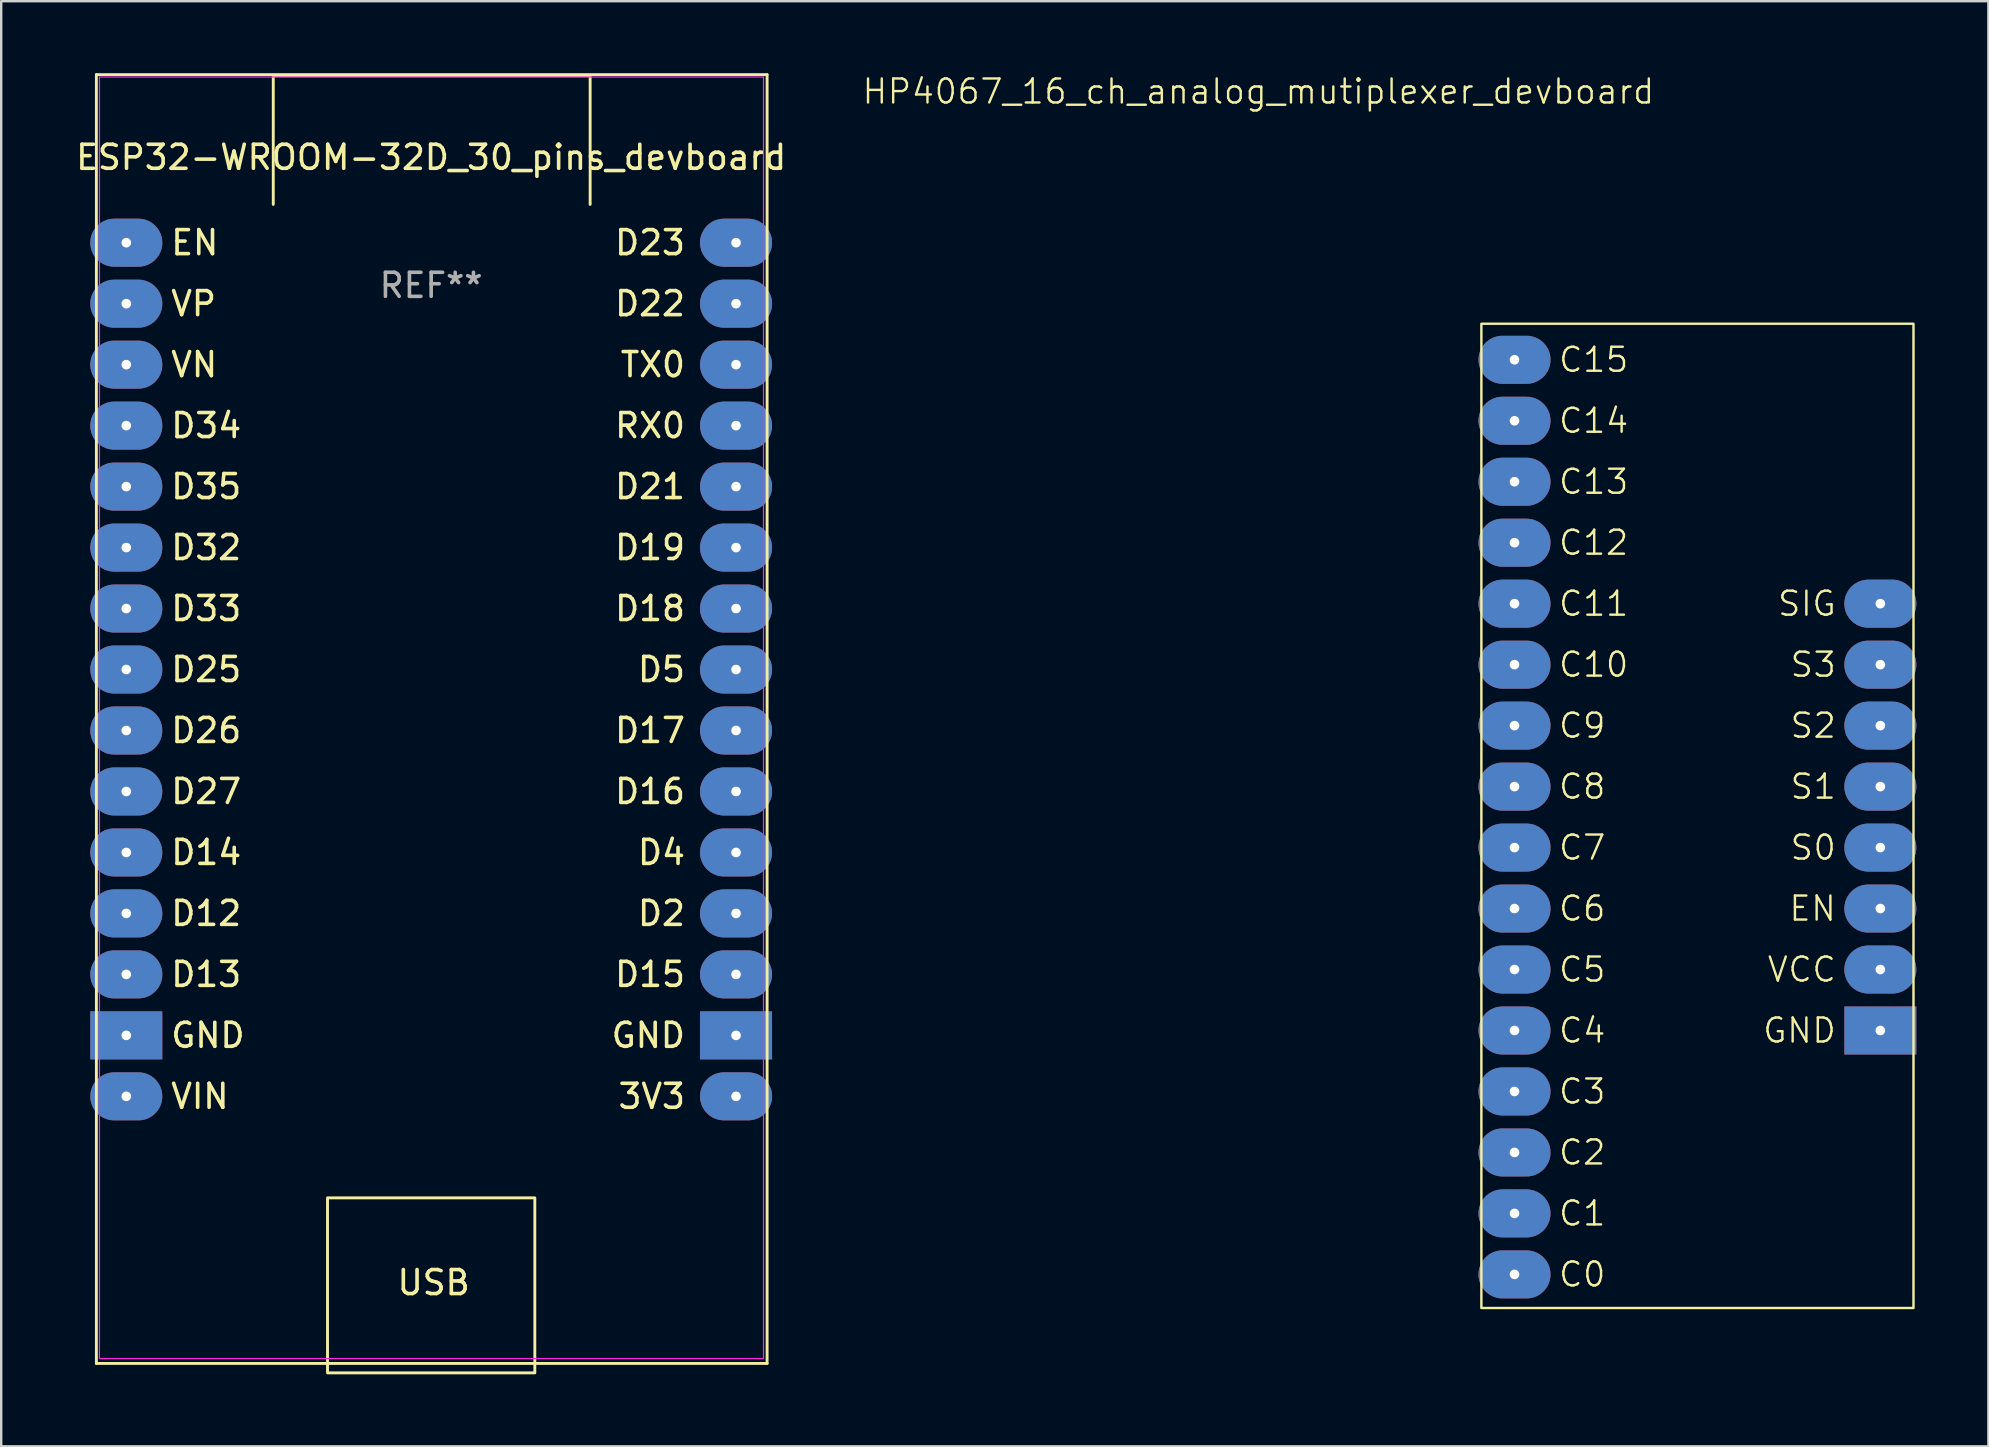
<source format=kicad_pcb>
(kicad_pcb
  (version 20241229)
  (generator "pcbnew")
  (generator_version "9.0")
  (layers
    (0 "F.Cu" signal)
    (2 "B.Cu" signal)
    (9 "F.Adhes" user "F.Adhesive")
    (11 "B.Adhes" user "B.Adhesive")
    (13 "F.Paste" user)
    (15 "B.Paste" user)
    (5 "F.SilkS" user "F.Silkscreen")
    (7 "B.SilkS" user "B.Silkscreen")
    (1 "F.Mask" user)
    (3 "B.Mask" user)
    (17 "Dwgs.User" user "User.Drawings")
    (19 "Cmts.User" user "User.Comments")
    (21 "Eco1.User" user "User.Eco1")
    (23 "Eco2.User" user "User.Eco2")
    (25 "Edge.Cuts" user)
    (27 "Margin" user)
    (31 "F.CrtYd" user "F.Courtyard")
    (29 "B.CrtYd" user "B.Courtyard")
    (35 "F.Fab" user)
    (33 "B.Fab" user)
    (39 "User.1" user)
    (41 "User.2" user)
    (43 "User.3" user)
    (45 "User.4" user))
  (footprint "HP4067_16_ch_analog_mutiplexer_devboard"
    (layer "F.Cu")
    (at 60.039 11.937)
    (property "Reference" "HP4067_16_ch_analog_mutiplexer_devboard" (at -10.668 -11.176 0) (unlocked yes) (layer "F.SilkS") (effects (font (size 1 1) (thickness 0.1))))
    (attr through_hole)
    (fp_rect (start -1.38 -1.5) (end 16.62 39.5) (stroke (width 0.1) (type default)) (fill no) (layer "F.SilkS"))
    (fp_text user "C1" (at 1.778 35.56 0) (unlocked yes) (layer "F.SilkS") (effects (font (size 1 1) (thickness 0.1)) (justify left)))
    (fp_text user "C10" (at 1.778 12.7 0) (unlocked yes) (layer "F.SilkS") (effects (font (size 1 1) (thickness 0.1)) (justify left)))
    (fp_text user "C14" (at 1.778 2.54 0) (unlocked yes) (layer "F.SilkS") (effects (font (size 1 1) (thickness 0.1)) (justify left)))
    (fp_text user "C6" (at 1.778 22.86 0) (unlocked yes) (layer "F.SilkS") (effects (font (size 1 1) (thickness 0.1)) (justify left)))
    (fp_text user "C15" (at 1.778 0 0) (unlocked yes) (layer "F.SilkS") (effects (font (size 1 1) (thickness 0.1)) (justify left)))
    (fp_text user "C5" (at 1.778 25.4 0) (unlocked yes) (layer "F.SilkS") (effects (font (size 1 1) (thickness 0.1)) (justify left)))
    (fp_text user "C2" (at 1.778 33.02 0) (unlocked yes) (layer "F.SilkS") (effects (font (size 1 1) (thickness 0.1)) (justify left)))
    (fp_text user "S2" (at 13.462 15.24 0) (unlocked yes) (layer "F.SilkS") (effects (font (size 1 1) (thickness 0.1)) (justify right)))
    (fp_text user "S0" (at 13.462 20.32 0) (unlocked yes) (layer "F.SilkS") (effects (font (size 1 1) (thickness 0.1)) (justify right)))
    (fp_text user "C3" (at 1.778 30.48 0) (unlocked yes) (layer "F.SilkS") (effects (font (size 1 1) (thickness 0.1)) (justify left)))
    (fp_text user "SIG" (at 13.462 10.16 0) (unlocked yes) (layer "F.SilkS") (effects (font (size 1 1) (thickness 0.1)) (justify right)))
    (fp_text user "C13" (at 1.778 5.08 0) (unlocked yes) (layer "F.SilkS") (effects (font (size 1 1) (thickness 0.1)) (justify left)))
    (fp_text user "S3" (at 13.462 12.7 0) (unlocked yes) (layer "F.SilkS") (effects (font (size 1 1) (thickness 0.1)) (justify right)))
    (fp_text user "C11" (at 1.778 10.16 0) (unlocked yes) (layer "F.SilkS") (effects (font (size 1 1) (thickness 0.1)) (justify left)))
    (fp_text user "S1" (at 13.462 17.78 0) (unlocked yes) (layer "F.SilkS") (effects (font (size 1 1) (thickness 0.1)) (justify right)))
    (fp_text user "C8" (at 1.778 17.78 0) (unlocked yes) (layer "F.SilkS") (effects (font (size 1 1) (thickness 0.1)) (justify left)))
    (fp_text user "C9" (at 1.778 15.24 0) (unlocked yes) (layer "F.SilkS") (effects (font (size 1 1) (thickness 0.1)) (justify left)))
    (fp_text user "C12" (at 1.778 7.62 0) (unlocked yes) (layer "F.SilkS") (effects (font (size 1 1) (thickness 0.1)) (justify left)))
    (fp_text user "GND" (at 13.462 27.94 0) (unlocked yes) (layer "F.SilkS") (effects (font (size 1 1) (thickness 0.1)) (justify right)))
    (fp_text user "C0" (at 1.778 38.1 0) (unlocked yes) (layer "F.SilkS") (effects (font (size 1 1) (thickness 0.1)) (justify left)))
    (fp_text user "EN" (at 13.462 22.86 0) (unlocked yes) (layer "F.SilkS") (effects (font (size 1 1) (thickness 0.1)) (justify right)))
    (fp_text user "C7" (at 1.778 20.32 0) (unlocked yes) (layer "F.SilkS") (effects (font (size 1 1) (thickness 0.1)) (justify left)))
    (fp_text user "VCC" (at 13.462 25.4 0) (unlocked yes) (layer "F.SilkS") (effects (font (size 1 1) (thickness 0.1)) (justify right)))
    (fp_text user "C4" (at 1.778 27.94 0) (unlocked yes) (layer "F.SilkS") (effects (font (size 1 1) (thickness 0.1)) (justify left)))
    (pad "0" thru_hole oval (at 0 0 270) (size 2 3) (drill 0.4) (layers "*.Cu" "*.Mask"))
    (pad "1" thru_hole oval (at 0 2.54 270) (size 2 3) (drill 0.4) (layers "*.Cu" "*.Mask"))
    (pad "2" thru_hole oval (at 0 5.08 270) (size 2 3) (drill 0.4) (layers "*.Cu" "*.Mask"))
    (pad "3" thru_hole oval (at 0 7.62 270) (size 2 3) (drill 0.4) (layers "*.Cu" "*.Mask"))
    (pad "4" thru_hole oval (at 0 10.16 270) (size 2 3) (drill 0.4) (layers "*.Cu" "*.Mask"))
    (pad "5" thru_hole oval (at 0 12.7 270) (size 2 3) (drill 0.4) (layers "*.Cu" "*.Mask"))
    (pad "6" thru_hole oval (at 0 15.24 270) (size 2 3) (drill 0.4) (layers "*.Cu" "*.Mask"))
    (pad "7" thru_hole oval (at 0 17.78 270) (size 2 3) (drill 0.4) (layers "*.Cu" "*.Mask"))
    (pad "8" thru_hole oval (at 0 20.32 270) (size 2 3) (drill 0.4) (layers "*.Cu" "*.Mask"))
    (pad "9" thru_hole oval (at 0 22.86 270) (size 2 3) (drill 0.4) (layers "*.Cu" "*.Mask"))
    (pad "10" thru_hole oval (at 0 25.4 270) (size 2 3) (drill 0.4) (layers "*.Cu" "*.Mask"))
    (pad "11" thru_hole oval (at 0 27.94 270) (size 2 3) (drill 0.4) (layers "*.Cu" "*.Mask"))
    (pad "12" thru_hole oval (at 0 30.48 270) (size 2 3) (drill 0.4) (layers "*.Cu" "*.Mask"))
    (pad "13" thru_hole oval (at 0 33.02 270) (size 2 3) (drill 0.4) (layers "*.Cu" "*.Mask"))
    (pad "14" thru_hole oval (at 0 35.56 270) (size 2 3) (drill 0.4) (layers "*.Cu" "*.Mask"))
    (pad "15" thru_hole oval (at 0 38.1 270) (size 2 3) (drill 0.4) (layers "*.Cu" "*.Mask"))
    (pad "16" thru_hole oval (at 15.24 10.16 270) (size 2 3) (drill 0.4) (layers "*.Cu" "*.Mask"))
    (pad "17" thru_hole oval (at 15.24 12.7 270) (size 2 3) (drill 0.4) (layers "*.Cu" "*.Mask"))
    (pad "18" thru_hole oval (at 15.24 15.24 270) (size 2 3) (drill 0.4) (layers "*.Cu" "*.Mask"))
    (pad "19" thru_hole oval (at 15.24 17.78 270) (size 2 3) (drill 0.4) (layers "*.Cu" "*.Mask"))
    (pad "20" thru_hole oval (at 15.24 20.32 270) (size 2 3) (drill 0.4) (layers "*.Cu" "*.Mask"))
    (pad "21" thru_hole oval (at 15.24 22.86 270) (size 2 3) (drill 0.4) (layers "*.Cu" "*.Mask"))
    (pad "22" thru_hole oval (at 15.24 25.4 270) (size 2 3) (drill 0.4) (layers "*.Cu" "*.Mask"))
    (pad "23" thru_hole rect (at 15.24 27.94 270) (size 2 3) (drill 0.4) (layers "*.Cu" "*.Mask")))
  (footprint "ESP32-WROOM-32D_30_pins_devboard"
    (layer "F.Cu")
    (at 2.211 7.06)
    (property "Reference" "ESP32-WROOM-32D_30_pins_devboard" (at 12.7 -3.556 0) (layer "F.SilkS") (effects (font (size 1 1) (thickness 0.15))))
    (attr through_hole)
    (fp_line (start -1.246 -7) (end -1.246 46.685) (stroke (width 0.12) (type solid)) (layer "F.SilkS"))
    (fp_line (start -1.246 46.685) (end 26.694 46.685) (stroke (width 0.12) (type solid)) (layer "F.SilkS"))
    (fp_line (start 6.122 -6.965) (end 19.322 -6.965) (stroke (width 0.12) (type solid)) (layer "F.SilkS"))
    (fp_line (start 6.122 -1.595) (end 6.122 -6.965) (stroke (width 0.12) (type solid)) (layer "F.SilkS"))
    (fp_line (start 19.322 -6.965) (end 19.322 -1.595) (stroke (width 0.12) (type solid)) (layer "F.SilkS"))
    (fp_line (start 26.694 -7) (end -1.246 -7) (stroke (width 0.12) (type solid)) (layer "F.SilkS"))
    (fp_line (start 26.694 46.685) (end 26.694 -7) (stroke (width 0.12) (type solid)) (layer "F.SilkS"))
    (fp_rect (start 8.382 39.789) (end 17.018 47.079) (stroke (width 0.12) (type solid)) (fill no) (layer "F.SilkS"))
    (fp_line (start -1.118 -6.9) (end 26.543 -6.9) (stroke (width 0.05) (type default)) (layer "F.CrtYd"))
    (fp_line (start -1.118 46.482) (end -1.118 -6.9) (stroke (width 0.05) (type default)) (layer "F.CrtYd"))
    (fp_line (start 26.543 -6.9) (end 26.543 46.482) (stroke (width 0.05) (type default)) (layer "F.CrtYd"))
    (fp_line (start 26.543 46.482) (end -1.118 46.482) (stroke (width 0.05) (type default)) (layer "F.CrtYd"))
    (fp_text user "D23" (at 23.368 0 0) (unlocked yes) (layer "F.SilkS") (effects (font (size 1 1) (thickness 0.15)) (justify right)))
    (fp_text user "D19" (at 23.368 12.7 0) (unlocked yes) (layer "F.SilkS") (effects (font (size 1 1) (thickness 0.15)) (justify right)))
    (fp_text user "D2" (at 23.368 27.94 0) (unlocked yes) (layer "F.SilkS") (effects (font (size 1 1) (thickness 0.15)) (justify right)))
    (fp_text user "D17" (at 23.368 20.32 0) (unlocked yes) (layer "F.SilkS") (effects (font (size 1 1) (thickness 0.15)) (justify right)))
    (fp_text user "D35" (at 1.778 10.16 0) (unlocked yes) (layer "F.SilkS") (effects (font (size 1 1) (thickness 0.15)) (justify left)))
    (fp_text user "D26" (at 1.778 20.32 0) (unlocked yes) (layer "F.SilkS") (effects (font (size 1 1) (thickness 0.15)) (justify left)))
    (fp_text user "D12" (at 1.778 27.94 0) (unlocked yes) (layer "F.SilkS") (effects (font (size 1 1) (thickness 0.15)) (justify left)))
    (fp_text user "D14" (at 1.778 25.4 0) (unlocked yes) (layer "F.SilkS") (effects (font (size 1 1) (thickness 0.15)) (justify left)))
    (fp_text user "D34" (at 1.778 7.62 0) (unlocked yes) (layer "F.SilkS") (effects (font (size 1 1) (thickness 0.15)) (justify left)))
    (fp_text user "D32" (at 1.778 12.7 0) (unlocked yes) (layer "F.SilkS") (effects (font (size 1 1) (thickness 0.15)) (justify left)))
    (fp_text user "EN" (at 1.778 0 0) (unlocked yes) (layer "F.SilkS") (effects (font (size 1 1) (thickness 0.15)) (justify left)))
    (fp_text user "GND" (at 23.368 33.02 0) (unlocked yes) (layer "F.SilkS") (effects (font (size 1 1) (thickness 0.15)) (justify right)))
    (fp_text user "D25" (at 1.778 17.78 0) (unlocked yes) (layer "F.SilkS") (effects (font (size 1 1) (thickness 0.15)) (justify left)))
    (fp_text user "3V3" (at 23.368 35.56 0) (unlocked yes) (layer "F.SilkS") (effects (font (size 1 1) (thickness 0.15)) (justify right)))
    (fp_text user "VIN" (at 1.778 35.56 0) (unlocked yes) (layer "F.SilkS") (effects (font (size 1 1) (thickness 0.15)) (justify left)))
    (fp_text user "D27" (at 1.778 22.86 0) (unlocked yes) (layer "F.SilkS") (effects (font (size 1 1) (thickness 0.15)) (justify left)))
    (fp_text user "VN" (at 1.778 5.08 0) (unlocked yes) (layer "F.SilkS") (effects (font (size 1 1) (thickness 0.15)) (justify left)))
    (fp_text user "RX0" (at 23.368 7.62 0) (unlocked yes) (layer "F.SilkS") (effects (font (size 1 1) (thickness 0.15)) (justify right)))
    (fp_text user "VP" (at 1.778 2.54 0) (unlocked yes) (layer "F.SilkS") (effects (font (size 1 1) (thickness 0.15)) (justify left)))
    (fp_text user "D21" (at 23.368 10.16 0) (unlocked yes) (layer "F.SilkS") (effects (font (size 1 1) (thickness 0.15)) (justify right)))
    (fp_text user "TX0" (at 23.368 5.08 0) (unlocked yes) (layer "F.SilkS") (effects (font (size 1 1) (thickness 0.15)) (justify right)))
    (fp_text user "USB" (at 12.802 43.904 0) (unlocked yes) (layer "F.SilkS") (effects (font (size 1 1) (thickness 0.15)) (justify bottom)))
    (fp_text user "D15" (at 23.368 30.48 0) (unlocked yes) (layer "F.SilkS") (effects (font (size 1 1) (thickness 0.15)) (justify right)))
    (fp_text user "D18" (at 23.368 15.24 0) (unlocked yes) (layer "F.SilkS") (effects (font (size 1 1) (thickness 0.15)) (justify right)))
    (fp_text user "GND" (at 1.778 33.02 0) (unlocked yes) (layer "F.SilkS") (effects (font (size 1 1) (thickness 0.15)) (justify left)))
    (fp_text user "D16" (at 23.368 22.86 0) (unlocked yes) (layer "F.SilkS") (effects (font (size 1 1) (thickness 0.15)) (justify right)))
    (fp_text user "D4" (at 23.368 25.4 0) (unlocked yes) (layer "F.SilkS") (effects (font (size 1 1) (thickness 0.15)) (justify right)))
    (fp_text user "D33" (at 1.778 15.24 0) (unlocked yes) (layer "F.SilkS") (effects (font (size 1 1) (thickness 0.15)) (justify left)))
    (fp_text user "D22" (at 23.368 2.54 0) (unlocked yes) (layer "F.SilkS") (effects (font (size 1 1) (thickness 0.15)) (justify right)))
    (fp_text user "D5" (at 23.368 17.78 0) (unlocked yes) (layer "F.SilkS") (effects (font (size 1 1) (thickness 0.15)) (justify right)))
    (fp_text user "D13" (at 1.778 30.48 0) (unlocked yes) (layer "F.SilkS") (effects (font (size 1 1) (thickness 0.15)) (justify left)))
    (fp_text user "REF**" (at 12.7 1.778 0) (layer "F.Fab") (effects (font (size 1 1) (thickness 0.15))))
    (pad "1" thru_hole oval (at 0 0 270) (size 2 3) (drill 0.4) (layers "*.Cu" "*.Mask"))
    (pad "2" thru_hole oval (at 0 2.54 270) (size 2 3) (drill 0.4) (layers "*.Cu" "*.Mask"))
    (pad "3" thru_hole oval (at 0 5.08 270) (size 2 3) (drill 0.4) (layers "*.Cu" "*.Mask"))
    (pad "4" thru_hole oval (at 0 7.62 270) (size 2 3) (drill 0.4) (layers "*.Cu" "*.Mask"))
    (pad "5" thru_hole oval (at 0 10.16 270) (size 2 3) (drill 0.4) (layers "*.Cu" "*.Mask"))
    (pad "6" thru_hole oval (at 0 12.7 270) (size 2 3) (drill 0.4) (layers "*.Cu" "*.Mask"))
    (pad "7" thru_hole oval (at 0 15.24 270) (size 2 3) (drill 0.4) (layers "*.Cu" "*.Mask"))
    (pad "8" thru_hole oval (at 0 17.78 270) (size 2 3) (drill 0.4) (layers "*.Cu" "*.Mask"))
    (pad "9" thru_hole oval (at 0 20.32 270) (size 2 3) (drill 0.4) (layers "*.Cu" "*.Mask"))
    (pad "10" thru_hole oval (at 0 22.86 270) (size 2 3) (drill 0.4) (layers "*.Cu" "*.Mask"))
    (pad "11" thru_hole oval (at 0 25.4 270) (size 2 3) (drill 0.4) (layers "*.Cu" "*.Mask"))
    (pad "12" thru_hole oval (at 0 27.94 270) (size 2 3) (drill 0.4) (layers "*.Cu" "*.Mask"))
    (pad "13" thru_hole oval (at 0 30.48 270) (size 2 3) (drill 0.4) (layers "*.Cu" "*.Mask"))
    (pad "14" thru_hole rect (at 0 33.02 270) (size 2 3) (drill 0.4) (layers "*.Cu" "*.Mask"))
    (pad "15" thru_hole oval (at 0 35.56 270) (size 2 3) (drill 0.4) (layers "*.Cu" "*.Mask"))
    (pad "16" thru_hole oval (at 25.4 35.56 270) (size 2 3) (drill 0.4) (layers "*.Cu" "*.Mask"))
    (pad "17" thru_hole rect (at 25.4 33.02 270) (size 2 3) (drill 0.4) (layers "*.Cu" "*.Mask"))
    (pad "18" thru_hole oval (at 25.4 30.48 270) (size 2 3) (drill 0.4) (layers "*.Cu" "*.Mask"))
    (pad "19" thru_hole oval (at 25.4 27.94 270) (size 2 3) (drill 0.4) (layers "*.Cu" "*.Mask"))
    (pad "20" thru_hole oval (at 25.4 25.4 270) (size 2 3) (drill 0.4) (layers "*.Cu" "*.Mask"))
    (pad "21" thru_hole oval (at 25.4 22.86 270) (size 2 3) (drill 0.4) (layers "*.Cu" "*.Mask"))
    (pad "22" thru_hole oval (at 25.4 20.32 270) (size 2 3) (drill 0.4) (layers "*.Cu" "*.Mask"))
    (pad "23" thru_hole oval (at 25.4 17.78 270) (size 2 3) (drill 0.4) (layers "*.Cu" "*.Mask"))
    (pad "24" thru_hole oval (at 25.4 15.24 270) (size 2 3) (drill 0.4) (layers "*.Cu" "*.Mask"))
    (pad "25" thru_hole oval (at 25.4 12.7 270) (size 2 3) (drill 0.4) (layers "*.Cu" "*.Mask"))
    (pad "26" thru_hole oval (at 25.4 10.16 270) (size 2 3) (drill 0.4) (layers "*.Cu" "*.Mask"))
    (pad "27" thru_hole oval (at 25.4 7.62 270) (size 2 3) (drill 0.4) (layers "*.Cu" "*.Mask"))
    (pad "28" thru_hole oval (at 25.4 5.08 270) (size 2 3) (drill 0.4) (layers "*.Cu" "*.Mask"))
    (pad "29" thru_hole oval (at 25.4 2.54 270) (size 2 3) (drill 0.4) (layers "*.Cu" "*.Mask"))
    (pad "30" thru_hole oval (at 25.4 0 270) (size 2 3) (drill 0.4) (layers "*.Cu" "*.Mask")))
  (gr_rect
    (start -3 -3)
    (end 79.779 57.199)
    (stroke (width 0.1) (type default))
    (fill no)
    (layer "Edge.Cuts")))
</source>
